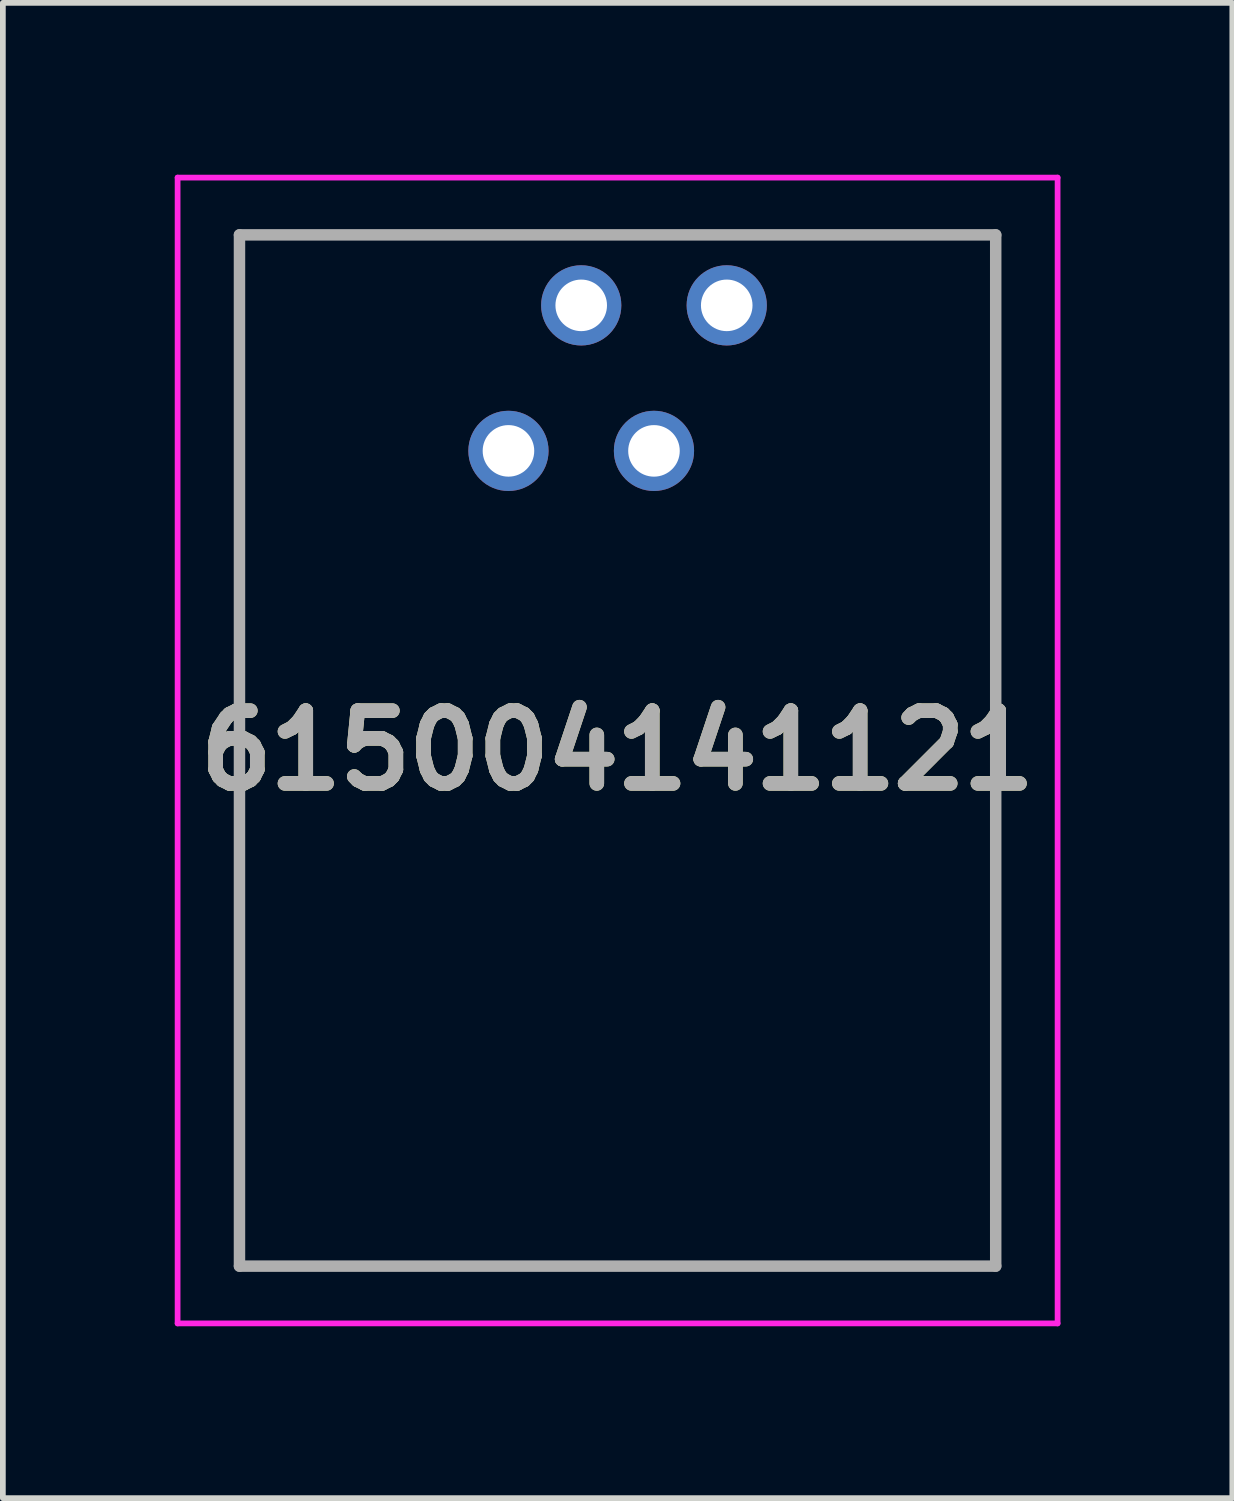
<source format=kicad_pcb>
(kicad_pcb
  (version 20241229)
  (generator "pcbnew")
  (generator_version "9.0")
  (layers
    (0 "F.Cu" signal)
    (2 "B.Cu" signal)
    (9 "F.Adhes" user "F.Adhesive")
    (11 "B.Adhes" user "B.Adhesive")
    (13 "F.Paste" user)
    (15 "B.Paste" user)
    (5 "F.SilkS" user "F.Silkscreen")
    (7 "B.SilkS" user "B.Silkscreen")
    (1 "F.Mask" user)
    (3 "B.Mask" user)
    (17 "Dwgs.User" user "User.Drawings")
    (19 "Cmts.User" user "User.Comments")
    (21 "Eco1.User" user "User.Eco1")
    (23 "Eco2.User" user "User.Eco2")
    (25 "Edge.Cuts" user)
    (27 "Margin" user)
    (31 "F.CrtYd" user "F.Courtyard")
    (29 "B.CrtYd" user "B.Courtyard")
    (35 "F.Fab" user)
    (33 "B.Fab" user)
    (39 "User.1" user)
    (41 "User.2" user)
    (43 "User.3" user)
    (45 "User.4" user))
  (footprint "615004141121"
    (layer "F.Cu")
    (at 7.73 11.17)
    (property "Reference" "615004141121" (at 0 -1.12 0) (layer "F.SilkS") (effects (font (size 1.27 1.27) (thickness 0.254))))
    (attr through_hole)
    (fp_line (start -6.6 -10.12) (end 6.6 -10.12) (stroke (width 0.1) (type solid)) (layer "F.SilkS"))
    (fp_line (start -6.6 -1.5) (end -6.6 -10.12) (stroke (width 0.1) (type solid)) (layer "F.SilkS"))
    (fp_line (start -6.6 1.5) (end -6.6 7.88) (stroke (width 0.1) (type solid)) (layer "F.SilkS"))
    (fp_line (start -6.6 7.88) (end 6.6 7.88) (stroke (width 0.1) (type solid)) (layer "F.SilkS"))
    (fp_line (start 6.6 -10.12) (end 6.6 -1.5) (stroke (width 0.1) (type solid)) (layer "F.SilkS"))
    (fp_line (start 6.6 7.88) (end 6.6 1.5) (stroke (width 0.1) (type solid)) (layer "F.SilkS"))
    (fp_line (start -7.68 -11.12) (end 7.68 -11.12) (stroke (width 0.1) (type solid)) (layer "F.CrtYd"))
    (fp_line (start -7.68 8.88) (end -7.68 -11.12) (stroke (width 0.1) (type solid)) (layer "F.CrtYd"))
    (fp_line (start 7.68 -11.12) (end 7.68 8.88) (stroke (width 0.1) (type solid)) (layer "F.CrtYd"))
    (fp_line (start 7.68 8.88) (end -7.68 8.88) (stroke (width 0.1) (type solid)) (layer "F.CrtYd"))
    (fp_line (start -6.6 -10.12) (end 6.6 -10.12) (stroke (width 0.2) (type solid)) (layer "F.Fab"))
    (fp_line (start -6.6 7.88) (end -6.6 -10.12) (stroke (width 0.2) (type solid)) (layer "F.Fab"))
    (fp_line (start 6.6 -10.12) (end 6.6 7.88) (stroke (width 0.2) (type solid)) (layer "F.Fab"))
    (fp_line (start 6.6 7.88) (end -6.6 7.88) (stroke (width 0.2) (type solid)) (layer "F.Fab"))
    (fp_text user "${REFERENCE}" (at 0 -1.12 0) (layer "F.Fab") (effects (font (size 1.27 1.27) (thickness 0.254))))
    (pad "" np_thru_hole circle (at -5.08 0) (size 0.001 0.001) (drill 3.2) (layers "*.Cu" "*.Mask"))
    (pad "" np_thru_hole circle (at 5.08 0) (size 0.001 0.001) (drill 3.2) (layers "*.Cu" "*.Mask"))
    (pad "1" thru_hole circle (at -1.905 -6.35) (size 1.4 1.4) (drill 0.9) (layers "*.Cu" "*.Mask"))
    (pad "2" thru_hole circle (at -0.635 -8.89) (size 1.4 1.4) (drill 0.9) (layers "*.Cu" "*.Mask"))
    (pad "3" thru_hole circle (at 0.635 -6.35) (size 1.4 1.4) (drill 0.9) (layers "*.Cu" "*.Mask"))
    (pad "4" thru_hole circle (at 1.905 -8.89) (size 1.4 1.4) (drill 0.9) (layers "*.Cu" "*.Mask")))
  (gr_rect
    (start -3 -3)
    (end 18.46 23.1)
    (stroke (width 0.1) (type default))
    (fill no)
    (layer "Edge.Cuts")))
</source>
